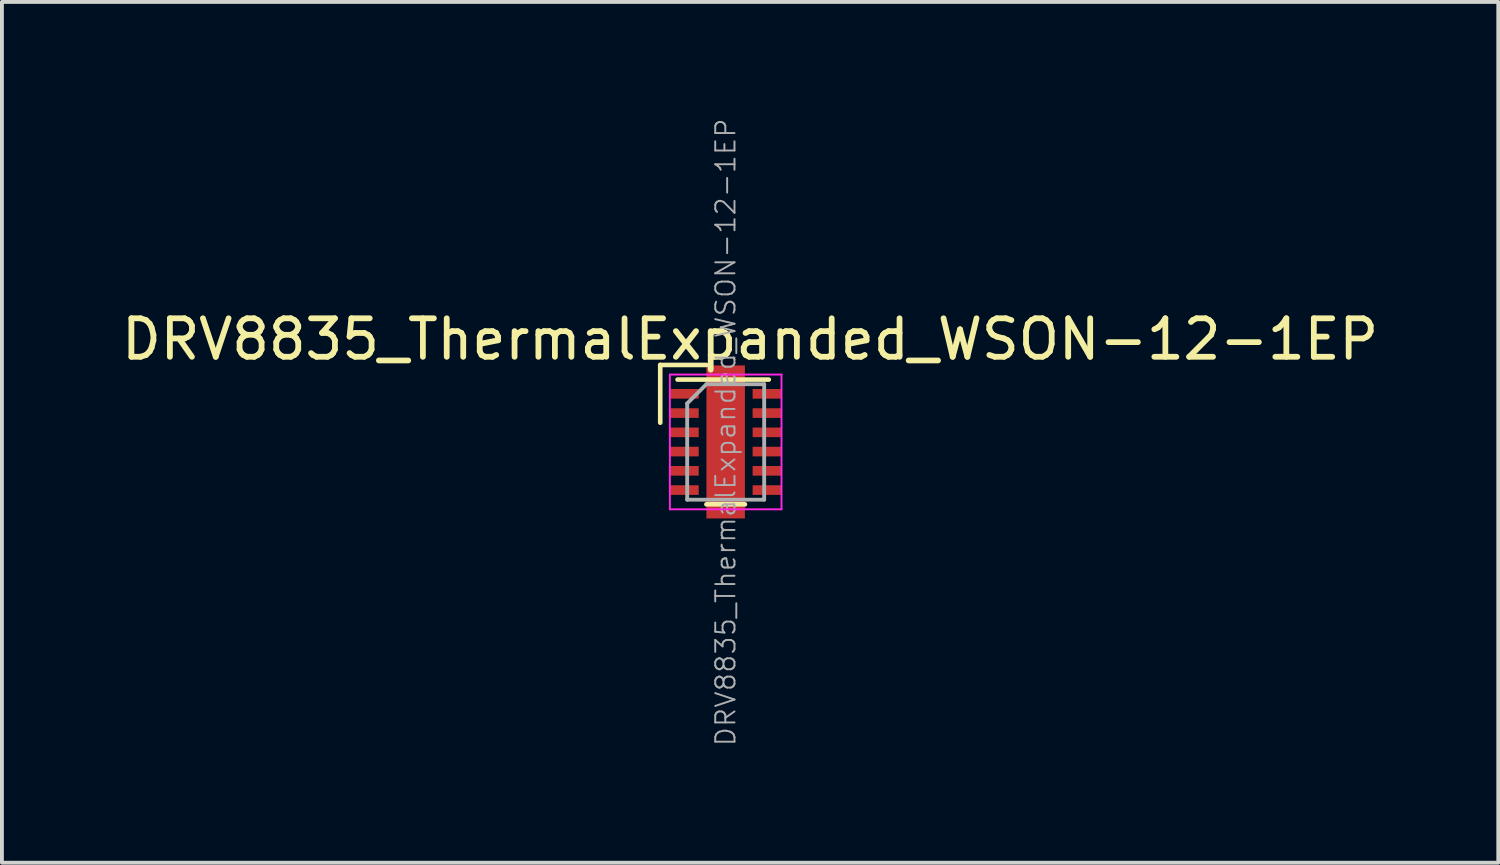
<source format=kicad_pcb>
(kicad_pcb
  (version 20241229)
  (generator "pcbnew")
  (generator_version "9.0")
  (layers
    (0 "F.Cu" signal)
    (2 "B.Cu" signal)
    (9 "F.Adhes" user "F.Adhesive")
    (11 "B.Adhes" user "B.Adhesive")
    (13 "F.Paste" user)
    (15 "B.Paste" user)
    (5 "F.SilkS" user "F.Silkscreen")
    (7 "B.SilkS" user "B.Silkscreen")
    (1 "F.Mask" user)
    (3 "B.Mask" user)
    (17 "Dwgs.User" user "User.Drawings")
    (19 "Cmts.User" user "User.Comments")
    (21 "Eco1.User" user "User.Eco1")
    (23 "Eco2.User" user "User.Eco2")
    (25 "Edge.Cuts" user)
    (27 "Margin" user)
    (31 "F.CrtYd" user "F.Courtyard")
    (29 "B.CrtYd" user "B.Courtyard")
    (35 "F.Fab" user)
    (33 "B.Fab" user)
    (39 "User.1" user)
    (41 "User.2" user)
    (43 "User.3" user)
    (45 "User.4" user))
  (footprint "DRV8835_ThermalExpanded_WSON-12-1EP"
    (layer "F.Cu")
    (at 15.8 8.43)
    (property "Reference" "DRV8835_ThermalExpanded_WSON-12-1EP" (at 0.635 -2.667 0) (layer "F.SilkS") (effects (font (size 1 1) (thickness 0.15))))
    (attr smd)
    (fp_line (start -1.7 -2) (end -0.5 -2) (stroke (width 0.12) (type solid)) (layer "F.SilkS"))
    (fp_line (start -1.7 -0.5) (end -1.7 -2) (stroke (width 0.12) (type solid)) (layer "F.SilkS"))
    (fp_line (start -1.25 -1.62) (end 1.12 -1.62) (stroke (width 0.12) (type solid)) (layer "F.SilkS"))
    (fp_line (start 0.5 1.62) (end -0.5 1.62) (stroke (width 0.12) (type solid)) (layer "F.SilkS"))
    (fp_line (start -1.45 -1.75) (end 1.45 -1.75) (stroke (width 0.05) (type solid)) (layer "F.CrtYd"))
    (fp_line (start -1.45 1.75) (end -1.45 -1.75) (stroke (width 0.05) (type solid)) (layer "F.CrtYd"))
    (fp_line (start 1.45 -1.75) (end 1.45 1.75) (stroke (width 0.05) (type solid)) (layer "F.CrtYd"))
    (fp_line (start 1.45 1.75) (end -1.45 1.75) (stroke (width 0.05) (type solid)) (layer "F.CrtYd"))
    (fp_line (start -1 -1) (end -0.5 -1.5) (stroke (width 0.1) (type solid)) (layer "F.Fab"))
    (fp_line (start -1 1.5) (end -1 -1) (stroke (width 0.1) (type solid)) (layer "F.Fab"))
    (fp_line (start -0.5 -1.5) (end 1 -1.5) (stroke (width 0.1) (type solid)) (layer "F.Fab"))
    (fp_line (start 1 -1.5) (end 1 1.5) (stroke (width 0.1) (type solid)) (layer "F.Fab"))
    (fp_line (start 1 1.5) (end -1 1.5) (stroke (width 0.1) (type solid)) (layer "F.Fab"))
    (fp_text user "${REFERENCE}" (at 0 -0.25 90) (layer "F.Fab") (effects (font (size 0.5 0.5) (thickness 0.05))))
    (pad "" smd rect (at 0 -0.685) (size 0.95 1.17) (layers "F.Paste"))
    (pad "" smd rect (at 0 0.685) (size 0.95 1.17) (layers "F.Paste"))
    (pad "1" smd rect (at -1.075 -1.25) (size 0.75 0.25) (layers "F.Cu" "F.Mask" "F.Paste"))
    (pad "2" smd rect (at -1.075 -0.75) (size 0.75 0.25) (layers "F.Cu" "F.Mask" "F.Paste"))
    (pad "3" smd rect (at -1.075 -0.25) (size 0.75 0.25) (layers "F.Cu" "F.Mask" "F.Paste"))
    (pad "4" smd rect (at -1.075 0.25) (size 0.75 0.25) (layers "F.Cu" "F.Mask" "F.Paste"))
    (pad "5" smd rect (at -1.075 0.75) (size 0.75 0.25) (layers "F.Cu" "F.Mask" "F.Paste"))
    (pad "6" smd rect (at -1.075 1.25) (size 0.75 0.25) (layers "F.Cu" "F.Mask" "F.Paste"))
    (pad "6" smd rect (at 0 0) (size 1 3.975) (layers "F.Cu" "F.Mask"))
    (pad "7" smd rect (at 1.075 1.25) (size 0.75 0.25) (layers "F.Cu" "F.Mask" "F.Paste"))
    (pad "8" smd rect (at 1.075 0.75) (size 0.75 0.25) (layers "F.Cu" "F.Mask" "F.Paste"))
    (pad "9" smd rect (at 1.075 0.25) (size 0.75 0.25) (layers "F.Cu" "F.Mask" "F.Paste"))
    (pad "10" smd rect (at 1.075 -0.25) (size 0.75 0.25) (layers "F.Cu" "F.Mask" "F.Paste"))
    (pad "11" smd rect (at 1.075 -0.75) (size 0.75 0.25) (layers "F.Cu" "F.Mask" "F.Paste"))
    (pad "12" smd rect (at 1.075 -1.25) (size 0.75 0.25) (layers "F.Cu" "F.Mask" "F.Paste")))
  (gr_rect
    (start -3 -3)
    (end 35.869 19.36)
    (stroke (width 0.1) (type default))
    (fill no)
    (layer "Edge.Cuts")))
</source>
